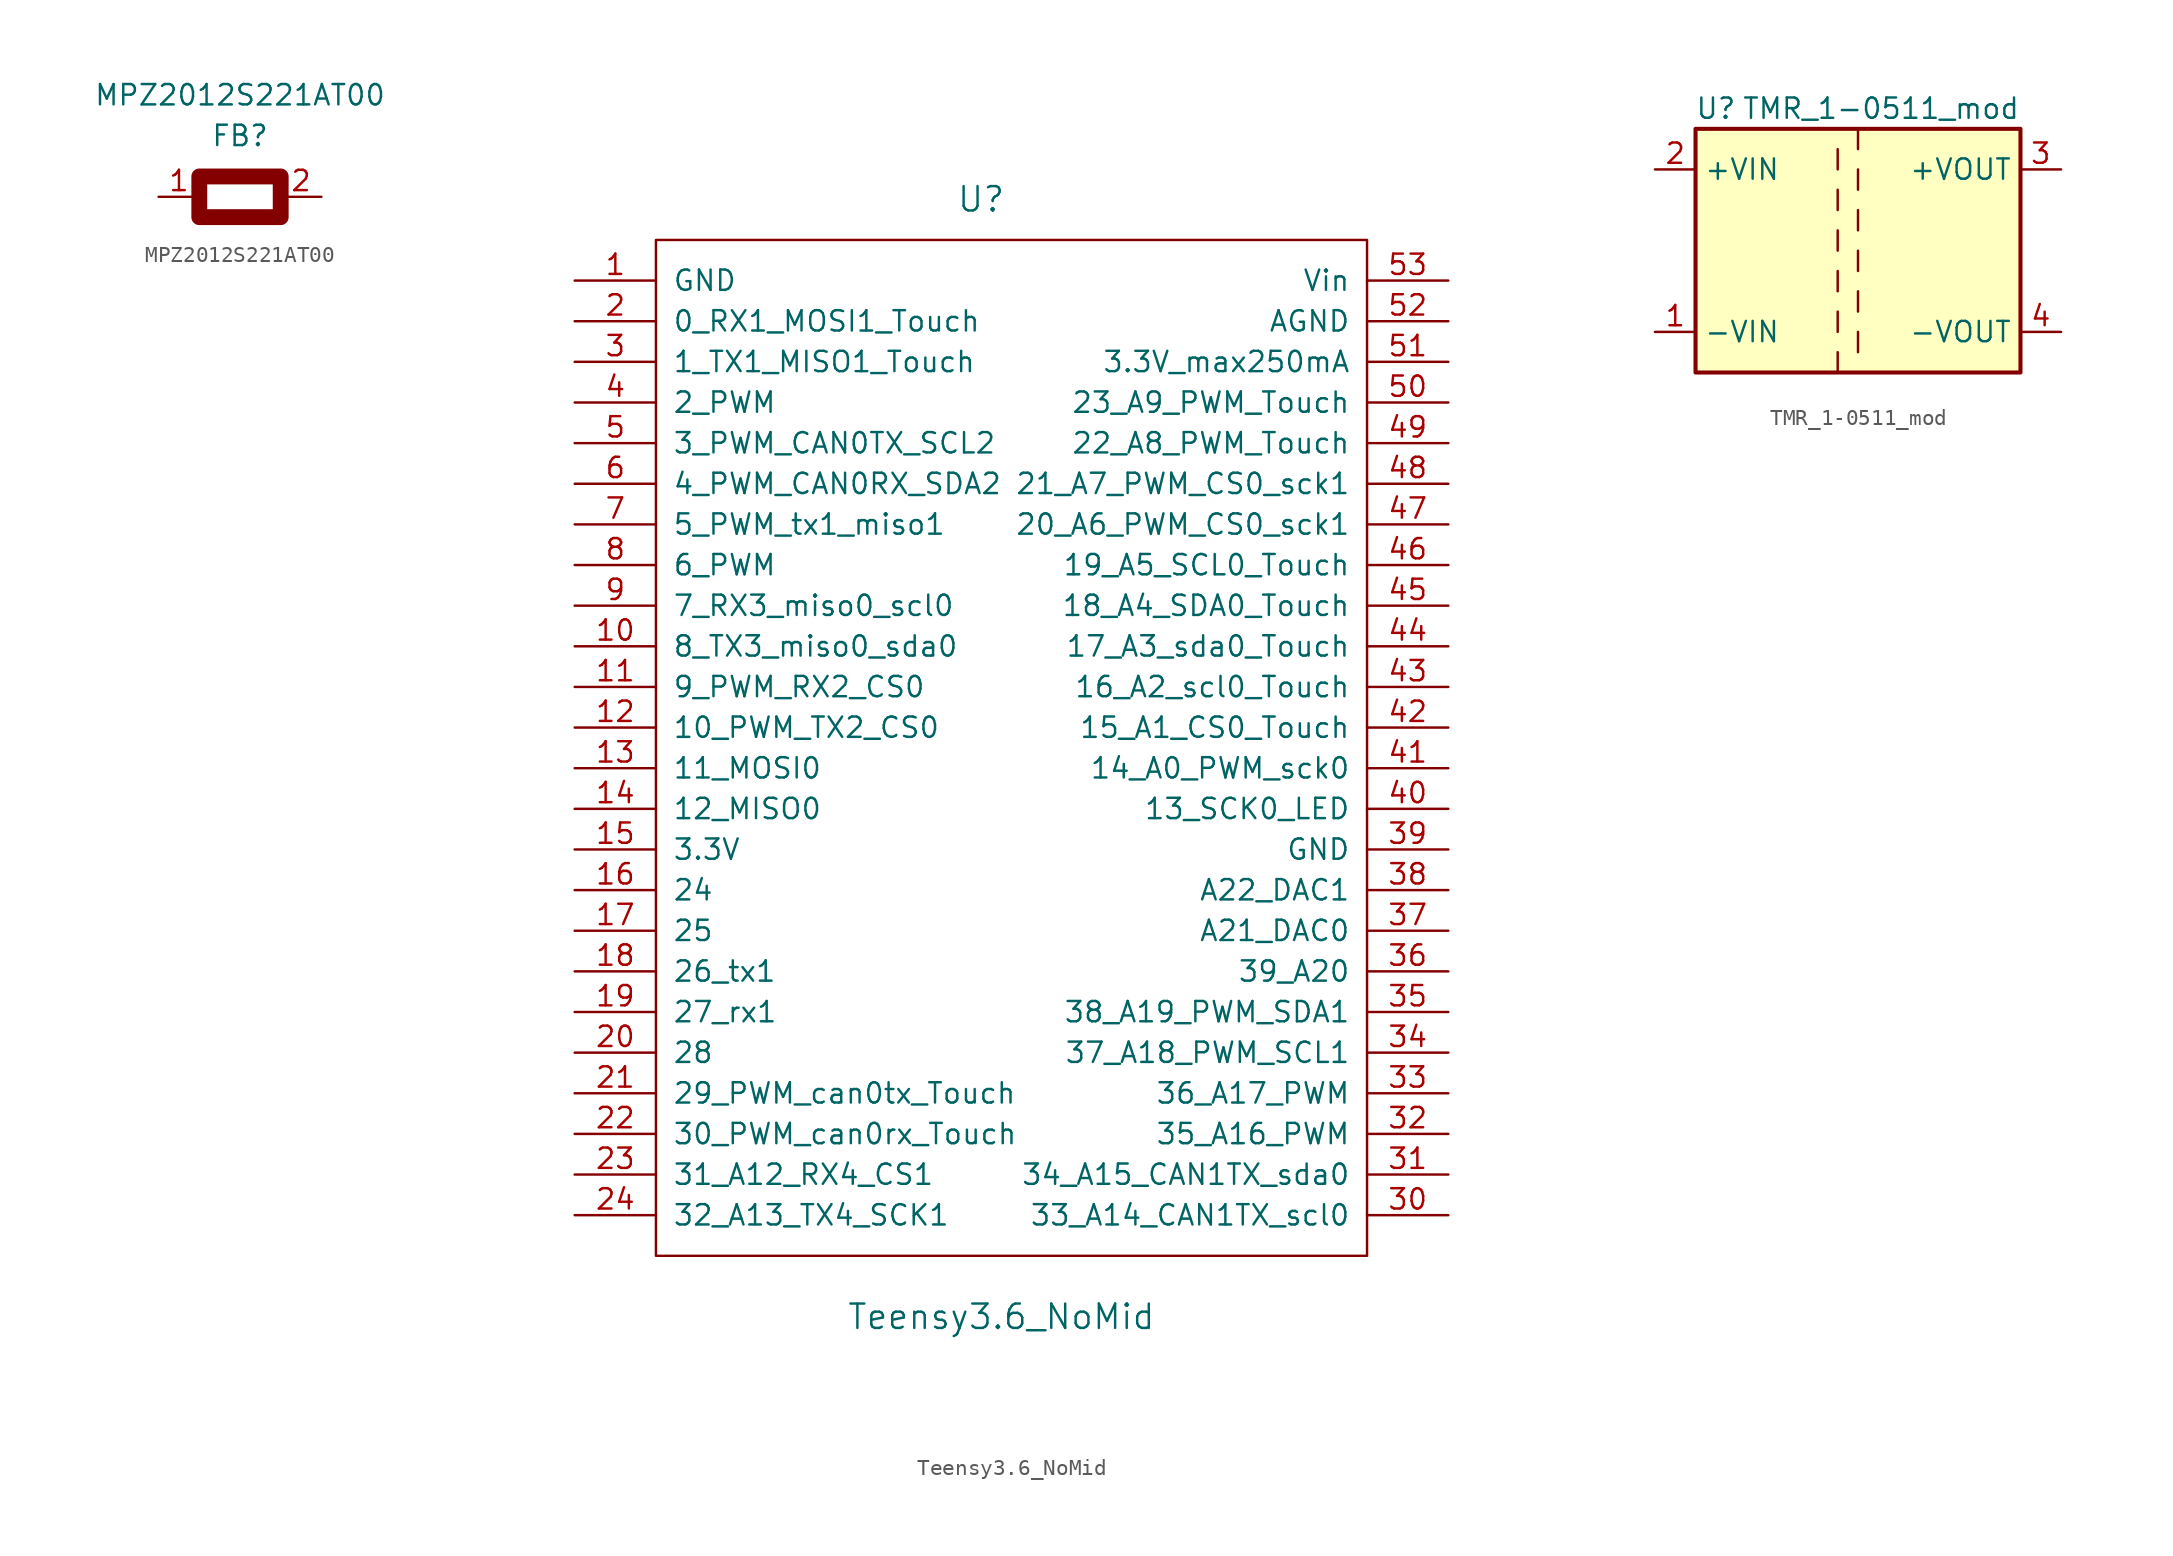
<source format=kicad_sym>
(kicad_symbol_lib
  (version 20220914)
  (generator kicad_symbol_editor)
  (symbol "MPZ2012S221AT00"
    (pin_names
      (offset 1.016))
    (property "Reference" "FB"
      (at 0 -2.54 0)
      (effects (font (size 1.27 1.27))))
    (property "Value" "MPZ2012S221AT00"
      (at 0 0 0)
      (effects (font (size 1.27 1.27))))
    (symbol "MPZ2012S221AT00_0_1"
      (polyline (pts (xy -2.54 -6.35) (xy -2.54 -5.08) (xy 2.54 -5.08) (xy 2.54 -6.35) (xy 2.54 -7.62) (xy -2.54 -7.62) (xy -2.54 -6.35) (xy -2.54 -5.08)) (stroke (width 0.991) (type solid)) (fill (type none))))
    (symbol "MPZ2012S221AT00_1_1"
      (pin passive line (at -5.08 -6.35 0) (length 2.54) (name "~" (effects (font (size 1.27 1.27)))) (number "1" (effects (font (size 1.27 1.27)))))
      (pin passive line (at 5.08 -6.35 180) (length 2.54) (name "~" (effects (font (size 1.27 1.27)))) (number "2" (effects (font (size 1.27 1.27)))))))
  (symbol "Teensy3.6_NoMid"
    (pin_names
      (offset 1.016))
    (property "Reference" "U"
      (at -1.27 34.29 0)
      (effects (font (size 1.524 1.524))))
    (property "Value" "Teensy3.6_NoMid"
      (at 0 -35.56 0)
      (effects (font (size 1.524 1.524))))
    (property "Footprint" ""
      (at -1.27 -24.13 0)
      (effects (font (size 1.524 1.524))))
    (property "Datasheet" ""
      (at -1.27 -24.13 0)
      (effects (font (size 1.524 1.524))))
    (symbol "Teensy3.6_NoMid_0_1"
      (rectangle (start -21.59 31.75) (end 22.86 -31.75) (stroke (width 0) (type solid)) (fill (type none))))
    (symbol "Teensy3.6_NoMid_1_1"
      (pin power_in line (at -26.67 29.21 0) (length 5.08) (name "GND" (effects (font (size 1.27 1.27)))) (number "1" (effects (font (size 1.27 1.27)))))
      (pin bidirectional line (at -26.67 6.35 0) (length 5.08) (name "8_TX3_miso0_sda0" (effects (font (size 1.27 1.27)))) (number "10" (effects (font (size 1.27 1.27)))))
      (pin bidirectional line (at -26.67 3.81 0) (length 5.08) (name "9_PWM_RX2_CS0" (effects (font (size 1.27 1.27)))) (number "11" (effects (font (size 1.27 1.27)))))
      (pin bidirectional line (at -26.67 1.27 0) (length 5.08) (name "10_PWM_TX2_CS0" (effects (font (size 1.27 1.27)))) (number "12" (effects (font (size 1.27 1.27)))))
      (pin bidirectional line (at -26.67 -1.27 0) (length 5.08) (name "11_MOSI0" (effects (font (size 1.27 1.27)))) (number "13" (effects (font (size 1.27 1.27)))))
      (pin bidirectional line (at -26.67 -3.81 0) (length 5.08) (name "12_MISO0" (effects (font (size 1.27 1.27)))) (number "14" (effects (font (size 1.27 1.27)))))
      (pin power_in line (at -26.67 -6.35 0) (length 5.08) (name "3.3V" (effects (font (size 1.27 1.27)))) (number "15" (effects (font (size 1.27 1.27)))))
      (pin bidirectional line (at -26.67 -8.89 0) (length 5.08) (name "24" (effects (font (size 1.27 1.27)))) (number "16" (effects (font (size 1.27 1.27)))))
      (pin bidirectional line (at -26.67 -11.43 0) (length 5.08) (name "25" (effects (font (size 1.27 1.27)))) (number "17" (effects (font (size 1.27 1.27)))))
      (pin bidirectional line (at -26.67 -13.97 0) (length 5.08) (name "26_tx1" (effects (font (size 1.27 1.27)))) (number "18" (effects (font (size 1.27 1.27)))))
      (pin bidirectional line (at -26.67 -16.51 0) (length 5.08) (name "27_rx1" (effects (font (size 1.27 1.27)))) (number "19" (effects (font (size 1.27 1.27)))))
      (pin bidirectional line (at -26.67 26.67 0) (length 5.08) (name "0_RX1_MOSI1_Touch" (effects (font (size 1.27 1.27)))) (number "2" (effects (font (size 1.27 1.27)))))
      (pin bidirectional line (at -26.67 -19.05 0) (length 5.08) (name "28" (effects (font (size 1.27 1.27)))) (number "20" (effects (font (size 1.27 1.27)))))
      (pin bidirectional line (at -26.67 -21.59 0) (length 5.08) (name "29_PWM_can0tx_Touch" (effects (font (size 1.27 1.27)))) (number "21" (effects (font (size 1.27 1.27)))))
      (pin bidirectional line (at -26.67 -24.13 0) (length 5.08) (name "30_PWM_can0rx_Touch" (effects (font (size 1.27 1.27)))) (number "22" (effects (font (size 1.27 1.27)))))
      (pin bidirectional line (at -26.67 -26.67 0) (length 5.08) (name "31_A12_RX4_CS1" (effects (font (size 1.27 1.27)))) (number "23" (effects (font (size 1.27 1.27)))))
      (pin bidirectional line (at -26.67 -29.21 0) (length 5.08) (name "32_A13_TX4_SCK1" (effects (font (size 1.27 1.27)))) (number "24" (effects (font (size 1.27 1.27)))))
      (pin bidirectional line (at -26.67 24.13 0) (length 5.08) (name "1_TX1_MISO1_Touch" (effects (font (size 1.27 1.27)))) (number "3" (effects (font (size 1.27 1.27)))))
      (pin bidirectional line (at 27.94 -29.21 180) (length 5.08) (name "33_A14_CAN1TX_scl0" (effects (font (size 1.27 1.27)))) (number "30" (effects (font (size 1.27 1.27)))))
      (pin bidirectional line (at 27.94 -26.67 180) (length 5.08) (name "34_A15_CAN1TX_sda0" (effects (font (size 1.27 1.27)))) (number "31" (effects (font (size 1.27 1.27)))))
      (pin bidirectional line (at 27.94 -24.13 180) (length 5.08) (name "35_A16_PWM" (effects (font (size 1.27 1.27)))) (number "32" (effects (font (size 1.27 1.27)))))
      (pin bidirectional line (at 27.94 -21.59 180) (length 5.08) (name "36_A17_PWM" (effects (font (size 1.27 1.27)))) (number "33" (effects (font (size 1.27 1.27)))))
      (pin bidirectional line (at 27.94 -19.05 180) (length 5.08) (name "37_A18_PWM_SCL1" (effects (font (size 1.27 1.27)))) (number "34" (effects (font (size 1.27 1.27)))))
      (pin bidirectional line (at 27.94 -16.51 180) (length 5.08) (name "38_A19_PWM_SDA1" (effects (font (size 1.27 1.27)))) (number "35" (effects (font (size 1.27 1.27)))))
      (pin bidirectional line (at 27.94 -13.97 180) (length 5.08) (name "39_A20" (effects (font (size 1.27 1.27)))) (number "36" (effects (font (size 1.27 1.27)))))
      (pin bidirectional line (at 27.94 -11.43 180) (length 5.08) (name "A21_DAC0" (effects (font (size 1.27 1.27)))) (number "37" (effects (font (size 1.27 1.27)))))
      (pin bidirectional line (at 27.94 -8.89 180) (length 5.08) (name "A22_DAC1" (effects (font (size 1.27 1.27)))) (number "38" (effects (font (size 1.27 1.27)))))
      (pin power_in line (at 27.94 -6.35 180) (length 5.08) (name "GND" (effects (font (size 1.27 1.27)))) (number "39" (effects (font (size 1.27 1.27)))))
      (pin bidirectional line (at -26.67 21.59 0) (length 5.08) (name "2_PWM" (effects (font (size 1.27 1.27)))) (number "4" (effects (font (size 1.27 1.27)))))
      (pin bidirectional line (at 27.94 -3.81 180) (length 5.08) (name "13_SCK0_LED" (effects (font (size 1.27 1.27)))) (number "40" (effects (font (size 1.27 1.27)))))
      (pin bidirectional line (at 27.94 -1.27 180) (length 5.08) (name "14_A0_PWM_sck0" (effects (font (size 1.27 1.27)))) (number "41" (effects (font (size 1.27 1.27)))))
      (pin bidirectional line (at 27.94 1.27 180) (length 5.08) (name "15_A1_CS0_Touch" (effects (font (size 1.27 1.27)))) (number "42" (effects (font (size 1.27 1.27)))))
      (pin bidirectional line (at 27.94 3.81 180) (length 5.08) (name "16_A2_scl0_Touch" (effects (font (size 1.27 1.27)))) (number "43" (effects (font (size 1.27 1.27)))))
      (pin bidirectional line (at 27.94 6.35 180) (length 5.08) (name "17_A3_sda0_Touch" (effects (font (size 1.27 1.27)))) (number "44" (effects (font (size 1.27 1.27)))))
      (pin bidirectional line (at 27.94 8.89 180) (length 5.08) (name "18_A4_SDA0_Touch" (effects (font (size 1.27 1.27)))) (number "45" (effects (font (size 1.27 1.27)))))
      (pin bidirectional line (at 27.94 11.43 180) (length 5.08) (name "19_A5_SCL0_Touch" (effects (font (size 1.27 1.27)))) (number "46" (effects (font (size 1.27 1.27)))))
      (pin bidirectional line (at 27.94 13.97 180) (length 5.08) (name "20_A6_PWM_CS0_sck1" (effects (font (size 1.27 1.27)))) (number "47" (effects (font (size 1.27 1.27)))))
      (pin bidirectional line (at 27.94 16.51 180) (length 5.08) (name "21_A7_PWM_CS0_sck1" (effects (font (size 1.27 1.27)))) (number "48" (effects (font (size 1.27 1.27)))))
      (pin bidirectional line (at 27.94 19.05 180) (length 5.08) (name "22_A8_PWM_Touch" (effects (font (size 1.27 1.27)))) (number "49" (effects (font (size 1.27 1.27)))))
      (pin bidirectional line (at -26.67 19.05 0) (length 5.08) (name "3_PWM_CAN0TX_SCL2" (effects (font (size 1.27 1.27)))) (number "5" (effects (font (size 1.27 1.27)))))
      (pin bidirectional line (at 27.94 21.59 180) (length 5.08) (name "23_A9_PWM_Touch" (effects (font (size 1.27 1.27)))) (number "50" (effects (font (size 1.27 1.27)))))
      (pin power_out line (at 27.94 24.13 180) (length 5.08) (name "3.3V_max250mA" (effects (font (size 1.27 1.27)))) (number "51" (effects (font (size 1.27 1.27)))))
      (pin power_out line (at 27.94 26.67 180) (length 5.08) (name "AGND" (effects (font (size 1.27 1.27)))) (number "52" (effects (font (size 1.27 1.27)))))
      (pin power_in line (at 27.94 29.21 180) (length 5.08) (name "Vin" (effects (font (size 1.27 1.27)))) (number "53" (effects (font (size 1.27 1.27)))))
      (pin bidirectional line (at -26.67 16.51 0) (length 5.08) (name "4_PWM_CAN0RX_SDA2" (effects (font (size 1.27 1.27)))) (number "6" (effects (font (size 1.27 1.27)))))
      (pin bidirectional line (at -26.67 13.97 0) (length 5.08) (name "5_PWM_tx1_miso1" (effects (font (size 1.27 1.27)))) (number "7" (effects (font (size 1.27 1.27)))))
      (pin bidirectional line (at -26.67 11.43 0) (length 5.08) (name "6_PWM" (effects (font (size 1.27 1.27)))) (number "8" (effects (font (size 1.27 1.27)))))
      (pin bidirectional line (at -26.67 8.89 0) (length 5.08) (name "7_RX3_miso0_scl0" (effects (font (size 1.27 1.27)))) (number "9" (effects (font (size 1.27 1.27)))))))
  (symbol "TMR_1-0511_mod"
    (property "Reference" "U"
      (at -8.89 8.89 0)
      (effects (font (size 1.27 1.27))))
    (property "Value" "TMR_1-0511_mod"
      (at 10.16 8.89 0)
      (effects (font (size 1.27 1.27)) (justify right)))
    (symbol "TMR_1-0511_mod_0_1"
      (rectangle (start -10.16 7.62) (end 10.16 -7.62) (stroke (width 0.254) (type solid)) (fill (type background)))
      (polyline (pts (xy -1.27 -7.62) (xy -1.27 -6.35)) (stroke (width 0) (type solid)) (fill (type none)))
      (polyline (pts (xy -1.27 -5.08) (xy -1.27 -3.81)) (stroke (width 0) (type solid)) (fill (type none)))
      (polyline (pts (xy -1.27 -2.54) (xy -1.27 -1.27)) (stroke (width 0) (type solid)) (fill (type none)))
      (polyline (pts (xy -1.27 0) (xy -1.27 1.27)) (stroke (width 0) (type solid)) (fill (type none)))
      (polyline (pts (xy -1.27 2.54) (xy -1.27 3.81)) (stroke (width 0) (type solid)) (fill (type none)))
      (polyline (pts (xy -1.27 5.08) (xy -1.27 6.35)) (stroke (width 0) (type solid)) (fill (type none)))
      (polyline (pts (xy 0 -5.08) (xy 0 -6.35)) (stroke (width 0) (type solid)) (fill (type none)))
      (polyline (pts (xy 0 -2.54) (xy 0 -3.81)) (stroke (width 0) (type solid)) (fill (type none)))
      (polyline (pts (xy 0 0) (xy 0 -1.27)) (stroke (width 0) (type solid)) (fill (type none)))
      (polyline (pts (xy 0 2.54) (xy 0 1.27)) (stroke (width 0) (type solid)) (fill (type none)))
      (polyline (pts (xy 0 5.08) (xy 0 3.81)) (stroke (width 0) (type solid)) (fill (type none)))
      (polyline (pts (xy 0 7.62) (xy 0 6.35)) (stroke (width 0) (type solid)) (fill (type none))))
    (symbol "TMR_1-0511_mod_1_1"
      (pin power_in line (at -12.7 -5.08 0) (length 2.54) (name "-VIN" (effects (font (size 1.27 1.27)))) (number "1" (effects (font (size 1.27 1.27)))))
      (pin power_in line (at -12.7 5.08 0) (length 2.54) (name "+VIN" (effects (font (size 1.27 1.27)))) (number "2" (effects (font (size 1.27 1.27)))))
      (pin power_out line (at 12.7 5.08 180) (length 2.54) (name "+VOUT" (effects (font (size 1.27 1.27)))) (number "3" (effects (font (size 1.27 1.27)))))
      (pin power_out line (at 12.7 -5.08 180) (length 2.54) (name "-VOUT" (effects (font (size 1.27 1.27)))) (number "4" (effects (font (size 1.27 1.27))))))))
</source>
